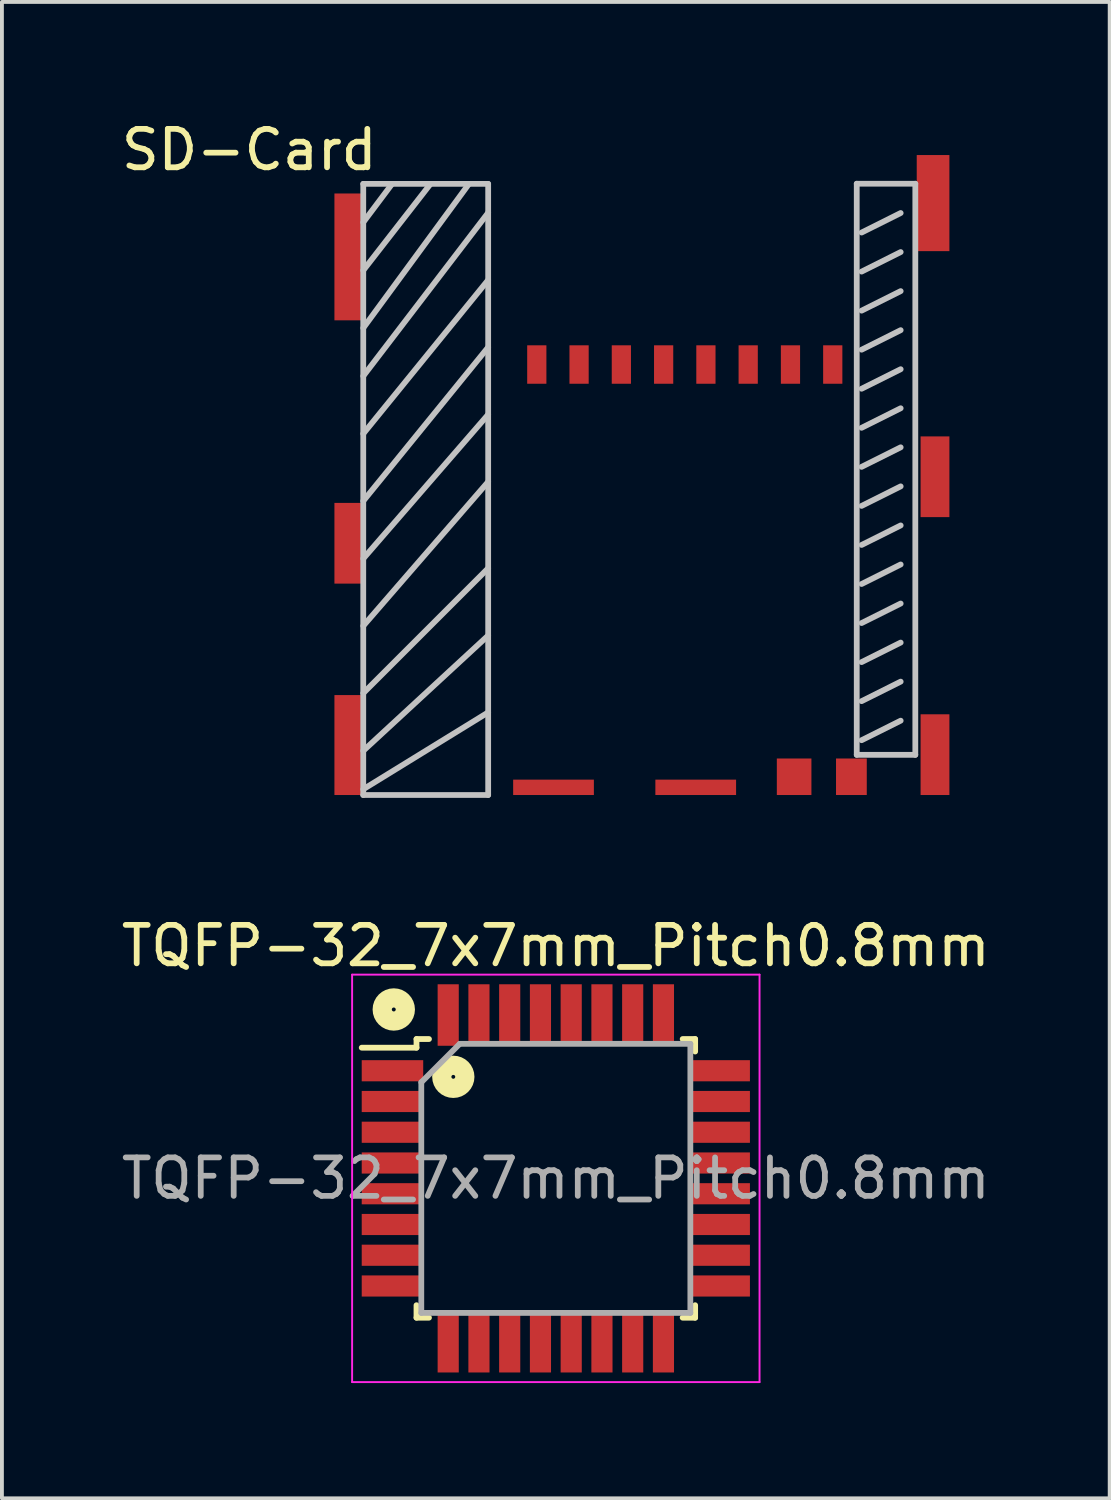
<source format=kicad_pcb>
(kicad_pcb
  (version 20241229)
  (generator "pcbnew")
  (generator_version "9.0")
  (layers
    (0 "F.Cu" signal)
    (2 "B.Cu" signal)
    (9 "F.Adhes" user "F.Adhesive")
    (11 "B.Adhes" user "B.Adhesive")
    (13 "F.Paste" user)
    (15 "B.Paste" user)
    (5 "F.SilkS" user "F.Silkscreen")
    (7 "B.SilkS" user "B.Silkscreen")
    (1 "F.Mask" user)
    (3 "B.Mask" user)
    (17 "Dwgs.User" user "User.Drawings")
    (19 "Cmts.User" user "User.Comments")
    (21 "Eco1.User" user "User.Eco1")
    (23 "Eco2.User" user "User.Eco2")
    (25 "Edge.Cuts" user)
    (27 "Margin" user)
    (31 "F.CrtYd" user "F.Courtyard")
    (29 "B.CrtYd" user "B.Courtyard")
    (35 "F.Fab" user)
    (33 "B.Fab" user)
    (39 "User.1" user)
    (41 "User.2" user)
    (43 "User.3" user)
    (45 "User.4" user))
  (footprint "SD-Card"
    (layer "F.Cu")
    (at 5.651 1.984)
    (property "Reference" "SD-Card" (at -2.216 -1.136 0) (layer "F.SilkS") (effects (font (size 1 1) (thickness 0.15))))
    (attr through_hole)
    (fp_line (start 0.75 -0.25) (end 4 -0.25) (stroke (width 0.15) (type solid)) (layer "Dwgs.User"))
    (fp_line (start 0.75 0.75) (end 1.5 -0.25) (stroke (width 0.15) (type solid)) (layer "Dwgs.User"))
    (fp_line (start 0.75 2) (end 2.5 -0.25) (stroke (width 0.15) (type solid)) (layer "Dwgs.User"))
    (fp_line (start 0.75 3.5) (end 3.5 -0.25) (stroke (width 0.15) (type solid)) (layer "Dwgs.User"))
    (fp_line (start 0.75 4.75) (end 4 0.5) (stroke (width 0.15) (type solid)) (layer "Dwgs.User"))
    (fp_line (start 0.75 6.25) (end 4 2.25) (stroke (width 0.15) (type solid)) (layer "Dwgs.User"))
    (fp_line (start 0.75 8) (end 4 4) (stroke (width 0.15) (type solid)) (layer "Dwgs.User"))
    (fp_line (start 0.75 9.5) (end 4 5.75) (stroke (width 0.15) (type solid)) (layer "Dwgs.User"))
    (fp_line (start 0.75 11.25) (end 4 7.5) (stroke (width 0.15) (type solid)) (layer "Dwgs.User"))
    (fp_line (start 0.75 13) (end 4 9.75) (stroke (width 0.15) (type solid)) (layer "Dwgs.User"))
    (fp_line (start 0.75 14.5) (end 4 11.5) (stroke (width 0.15) (type solid)) (layer "Dwgs.User"))
    (fp_line (start 0.75 15.5) (end 4 13.5) (stroke (width 0.15) (type solid)) (layer "Dwgs.User"))
    (fp_line (start 0.75 15.65) (end 0.75 -0.25) (stroke (width 0.15) (type solid)) (layer "Dwgs.User"))
    (fp_line (start 4 -0.25) (end 4 15.65) (stroke (width 0.15) (type solid)) (layer "Dwgs.User"))
    (fp_line (start 4 15.65) (end 0.75 15.65) (stroke (width 0.15) (type solid)) (layer "Dwgs.User"))
    (fp_line (start 13.589 -0.254) (end 13.589 14.605) (stroke (width 0.15) (type solid)) (layer "Dwgs.User"))
    (fp_line (start 13.589 -0.254) (end 15.113 -0.254) (stroke (width 0.15) (type solid)) (layer "Dwgs.User"))
    (fp_line (start 13.589 14.605) (end 15.113 14.605) (stroke (width 0.15) (type solid)) (layer "Dwgs.User"))
    (fp_line (start 13.716 1.016) (end 14.732 0.508) (stroke (width 0.15) (type solid)) (layer "Dwgs.User"))
    (fp_line (start 13.716 2.032) (end 14.732 1.524) (stroke (width 0.15) (type solid)) (layer "Dwgs.User"))
    (fp_line (start 13.716 3.048) (end 14.732 2.54) (stroke (width 0.15) (type solid)) (layer "Dwgs.User"))
    (fp_line (start 13.716 4.064) (end 14.732 3.556) (stroke (width 0.15) (type solid)) (layer "Dwgs.User"))
    (fp_line (start 13.716 5.08) (end 14.732 4.572) (stroke (width 0.15) (type solid)) (layer "Dwgs.User"))
    (fp_line (start 13.716 6.096) (end 14.732 5.588) (stroke (width 0.15) (type solid)) (layer "Dwgs.User"))
    (fp_line (start 13.716 7.112) (end 14.732 6.604) (stroke (width 0.15) (type solid)) (layer "Dwgs.User"))
    (fp_line (start 13.716 8.128) (end 14.732 7.62) (stroke (width 0.15) (type solid)) (layer "Dwgs.User"))
    (fp_line (start 13.716 9.144) (end 14.732 8.636) (stroke (width 0.15) (type solid)) (layer "Dwgs.User"))
    (fp_line (start 13.716 10.16) (end 14.732 9.652) (stroke (width 0.15) (type solid)) (layer "Dwgs.User"))
    (fp_line (start 13.716 11.176) (end 14.732 10.668) (stroke (width 0.15) (type solid)) (layer "Dwgs.User"))
    (fp_line (start 13.716 12.192) (end 14.732 11.684) (stroke (width 0.15) (type solid)) (layer "Dwgs.User"))
    (fp_line (start 13.716 13.208) (end 14.732 12.7) (stroke (width 0.15) (type solid)) (layer "Dwgs.User"))
    (fp_line (start 13.716 14.224) (end 14.732 13.716) (stroke (width 0.15) (type solid)) (layer "Dwgs.User"))
    (fp_line (start 15.113 14.605) (end 15.113 -0.254) (stroke (width 0.15) (type solid)) (layer "Dwgs.User"))
    (pad "1" smd rect (at 5.265 4.45) (size 0.5 1) (layers "F.Cu" "F.Mask" "F.Paste"))
    (pad "2" smd rect (at 6.365 4.45) (size 0.5 1) (layers "F.Cu" "F.Mask" "F.Paste"))
    (pad "3" smd rect (at 7.465 4.45) (size 0.5 1) (layers "F.Cu" "F.Mask" "F.Paste"))
    (pad "4" smd rect (at 8.565 4.45) (size 0.5 1) (layers "F.Cu" "F.Mask" "F.Paste"))
    (pad "5" smd rect (at 9.665 4.45) (size 0.5 1) (layers "F.Cu" "F.Mask" "F.Paste"))
    (pad "6" smd rect (at 10.765 4.45) (size 0.5 1) (layers "F.Cu" "F.Mask" "F.Paste"))
    (pad "7" smd rect (at 11.865 4.45) (size 0.5 1) (layers "F.Cu" "F.Mask" "F.Paste"))
    (pad "8" smd rect (at 12.965 4.45) (size 0.5 1) (layers "F.Cu" "F.Mask" "F.Paste"))
    (pad "9" smd rect (at 11.96 15.175) (size 0.9 0.95) (layers "F.Cu" "F.Mask" "F.Paste"))
    (pad "10" smd rect (at 13.45 15.175) (size 0.8 0.95) (layers "F.Cu" "F.Mask" "F.Paste"))
    (pad "11" connect rect (at 0.375 1.65) (size 0.75 3.3) (layers "F.Cu" "F.Mask"))
    (pad "11" smd rect (at 0.375 9.1) (size 0.75 2.1) (layers "F.Cu" "F.Mask" "F.Paste"))
    (pad "11" smd rect (at 0.375 14.35) (size 0.75 2.6) (layers "F.Cu" "F.Mask" "F.Paste"))
    (pad "11" smd rect (at 5.7 15.45) (size 2.1 0.4) (layers "F.Cu" "F.Mask" "F.Paste"))
    (pad "11" smd rect (at 9.4 15.45) (size 2.1 0.4) (layers "F.Cu" "F.Mask" "F.Paste"))
    (pad "11" smd rect (at 15.575 0.25) (size 0.85 2.5) (layers "F.Cu" "F.Mask" "F.Paste"))
    (pad "11" smd rect (at 15.625 7.37) (size 0.75 2.1) (layers "F.Cu" "F.Mask" "F.Paste"))
    (pad "11" smd rect (at 15.625 14.6) (size 0.75 2.1) (layers "F.Cu" "F.Mask" "F.Paste")))
  (footprint "TQFP-32_7x7mm_Pitch0.8mm"
    (layer "F.Cu")
    (at 11.411 27.608)
    (property "Reference" "TQFP-32_7x7mm_Pitch0.8mm" (at 0 -6.05 0) (layer "F.SilkS") (effects (font (size 1 1) (thickness 0.15))))
    (attr smd)
    (fp_line (start -3.625 -3.625) (end -3.625 -3.4) (stroke (width 0.15) (type solid)) (layer "F.SilkS"))
    (fp_line (start -3.625 -3.625) (end -3.3 -3.625) (stroke (width 0.15) (type solid)) (layer "F.SilkS"))
    (fp_line (start -3.625 -3.4) (end -5.05 -3.4) (stroke (width 0.15) (type solid)) (layer "F.SilkS"))
    (fp_line (start -3.625 3.625) (end -3.625 3.3) (stroke (width 0.15) (type solid)) (layer "F.SilkS"))
    (fp_line (start -3.625 3.625) (end -3.3 3.625) (stroke (width 0.15) (type solid)) (layer "F.SilkS"))
    (fp_line (start 3.625 -3.625) (end 3.3 -3.625) (stroke (width 0.15) (type solid)) (layer "F.SilkS"))
    (fp_line (start 3.625 -3.625) (end 3.625 -3.3) (stroke (width 0.15) (type solid)) (layer "F.SilkS"))
    (fp_line (start 3.625 3.625) (end 3.3 3.625) (stroke (width 0.15) (type solid)) (layer "F.SilkS"))
    (fp_line (start 3.625 3.625) (end 3.625 3.3) (stroke (width 0.15) (type solid)) (layer "F.SilkS"))
    (fp_circle (center -4.216 -4.394) (end -4.216 -4.445) (stroke (width 0.5) (type solid)) (fill no) (layer "F.SilkS"))
    (fp_circle (center -2.667 -2.642) (end -2.667 -2.692) (stroke (width 0.5) (type solid)) (fill no) (layer "F.SilkS"))
    (fp_line (start -5.3 -5.3) (end -5.3 5.3) (stroke (width 0.05) (type solid)) (layer "F.CrtYd"))
    (fp_line (start -5.3 -5.3) (end 5.3 -5.3) (stroke (width 0.05) (type solid)) (layer "F.CrtYd"))
    (fp_line (start -5.3 5.3) (end 5.3 5.3) (stroke (width 0.05) (type solid)) (layer "F.CrtYd"))
    (fp_line (start 5.3 -5.3) (end 5.3 5.3) (stroke (width 0.05) (type solid)) (layer "F.CrtYd"))
    (fp_line (start -3.5 -2.5) (end -2.5 -3.5) (stroke (width 0.15) (type solid)) (layer "F.Fab"))
    (fp_line (start -3.5 3.5) (end -3.5 -2.5) (stroke (width 0.15) (type solid)) (layer "F.Fab"))
    (fp_line (start -2.5 -3.5) (end 3.5 -3.5) (stroke (width 0.15) (type solid)) (layer "F.Fab"))
    (fp_line (start 3.5 -3.5) (end 3.5 3.5) (stroke (width 0.15) (type solid)) (layer "F.Fab"))
    (fp_line (start 3.5 3.5) (end -3.5 3.5) (stroke (width 0.15) (type solid)) (layer "F.Fab"))
    (fp_text user "${REFERENCE}" (at 0 0 0) (layer "F.Fab") (effects (font (size 1 1) (thickness 0.15))))
    (pad "1" smd rect (at -4.25 -2.8) (size 1.6 0.55) (layers "F.Cu" "F.Mask" "F.Paste"))
    (pad "2" smd rect (at -4.25 -2) (size 1.6 0.55) (layers "F.Cu" "F.Mask" "F.Paste"))
    (pad "3" smd rect (at -4.25 -1.2) (size 1.6 0.55) (layers "F.Cu" "F.Mask" "F.Paste"))
    (pad "4" smd rect (at -4.25 -0.4) (size 1.6 0.55) (layers "F.Cu" "F.Mask" "F.Paste"))
    (pad "5" smd rect (at -4.25 0.4) (size 1.6 0.55) (layers "F.Cu" "F.Mask" "F.Paste"))
    (pad "6" smd rect (at -4.25 1.2) (size 1.6 0.55) (layers "F.Cu" "F.Mask" "F.Paste"))
    (pad "7" smd rect (at -4.25 2) (size 1.6 0.55) (layers "F.Cu" "F.Mask" "F.Paste"))
    (pad "8" smd rect (at -4.25 2.8) (size 1.6 0.55) (layers "F.Cu" "F.Mask" "F.Paste"))
    (pad "9" smd rect (at -2.8 4.25 90) (size 1.6 0.55) (layers "F.Cu" "F.Mask" "F.Paste"))
    (pad "10" smd rect (at -2 4.25 90) (size 1.6 0.55) (layers "F.Cu" "F.Mask" "F.Paste"))
    (pad "11" smd rect (at -1.2 4.25 90) (size 1.6 0.55) (layers "F.Cu" "F.Mask" "F.Paste"))
    (pad "12" smd rect (at -0.4 4.25 90) (size 1.6 0.55) (layers "F.Cu" "F.Mask" "F.Paste"))
    (pad "13" smd rect (at 0.4 4.25 90) (size 1.6 0.55) (layers "F.Cu" "F.Mask" "F.Paste"))
    (pad "14" smd rect (at 1.2 4.25 90) (size 1.6 0.55) (layers "F.Cu" "F.Mask" "F.Paste"))
    (pad "15" smd rect (at 2 4.25 90) (size 1.6 0.55) (layers "F.Cu" "F.Mask" "F.Paste"))
    (pad "16" smd rect (at 2.8 4.25 90) (size 1.6 0.55) (layers "F.Cu" "F.Mask" "F.Paste"))
    (pad "17" smd rect (at 4.25 2.8) (size 1.6 0.55) (layers "F.Cu" "F.Mask" "F.Paste"))
    (pad "18" smd rect (at 4.25 2) (size 1.6 0.55) (layers "F.Cu" "F.Mask" "F.Paste"))
    (pad "19" smd rect (at 4.25 1.2) (size 1.6 0.55) (layers "F.Cu" "F.Mask" "F.Paste"))
    (pad "20" smd rect (at 4.25 0.4) (size 1.6 0.55) (layers "F.Cu" "F.Mask" "F.Paste"))
    (pad "21" smd rect (at 4.25 -0.4) (size 1.6 0.55) (layers "F.Cu" "F.Mask" "F.Paste"))
    (pad "22" smd rect (at 4.25 -1.2) (size 1.6 0.55) (layers "F.Cu" "F.Mask" "F.Paste"))
    (pad "23" smd rect (at 4.25 -2) (size 1.6 0.55) (layers "F.Cu" "F.Mask" "F.Paste"))
    (pad "24" smd rect (at 4.25 -2.8) (size 1.6 0.55) (layers "F.Cu" "F.Mask" "F.Paste"))
    (pad "25" smd rect (at 2.8 -4.25 90) (size 1.6 0.55) (layers "F.Cu" "F.Mask" "F.Paste"))
    (pad "26" smd rect (at 2 -4.25 90) (size 1.6 0.55) (layers "F.Cu" "F.Mask" "F.Paste"))
    (pad "27" smd rect (at 1.2 -4.25 90) (size 1.6 0.55) (layers "F.Cu" "F.Mask" "F.Paste"))
    (pad "28" smd rect (at 0.4 -4.25 90) (size 1.6 0.55) (layers "F.Cu" "F.Mask" "F.Paste"))
    (pad "29" smd rect (at -0.4 -4.25 90) (size 1.6 0.55) (layers "F.Cu" "F.Mask" "F.Paste"))
    (pad "30" smd rect (at -1.2 -4.25 90) (size 1.6 0.55) (layers "F.Cu" "F.Mask" "F.Paste"))
    (pad "31" smd rect (at -2 -4.25 90) (size 1.6 0.55) (layers "F.Cu" "F.Mask" "F.Paste"))
    (pad "32" smd rect (at -2.8 -4.25 90) (size 1.6 0.55) (layers "F.Cu" "F.Mask" "F.Paste")))
  (gr_rect
    (start -3 -3)
    (end 25.821 35.932)
    (stroke (width 0.1) (type default))
    (fill no)
    (layer "Edge.Cuts")))
</source>
